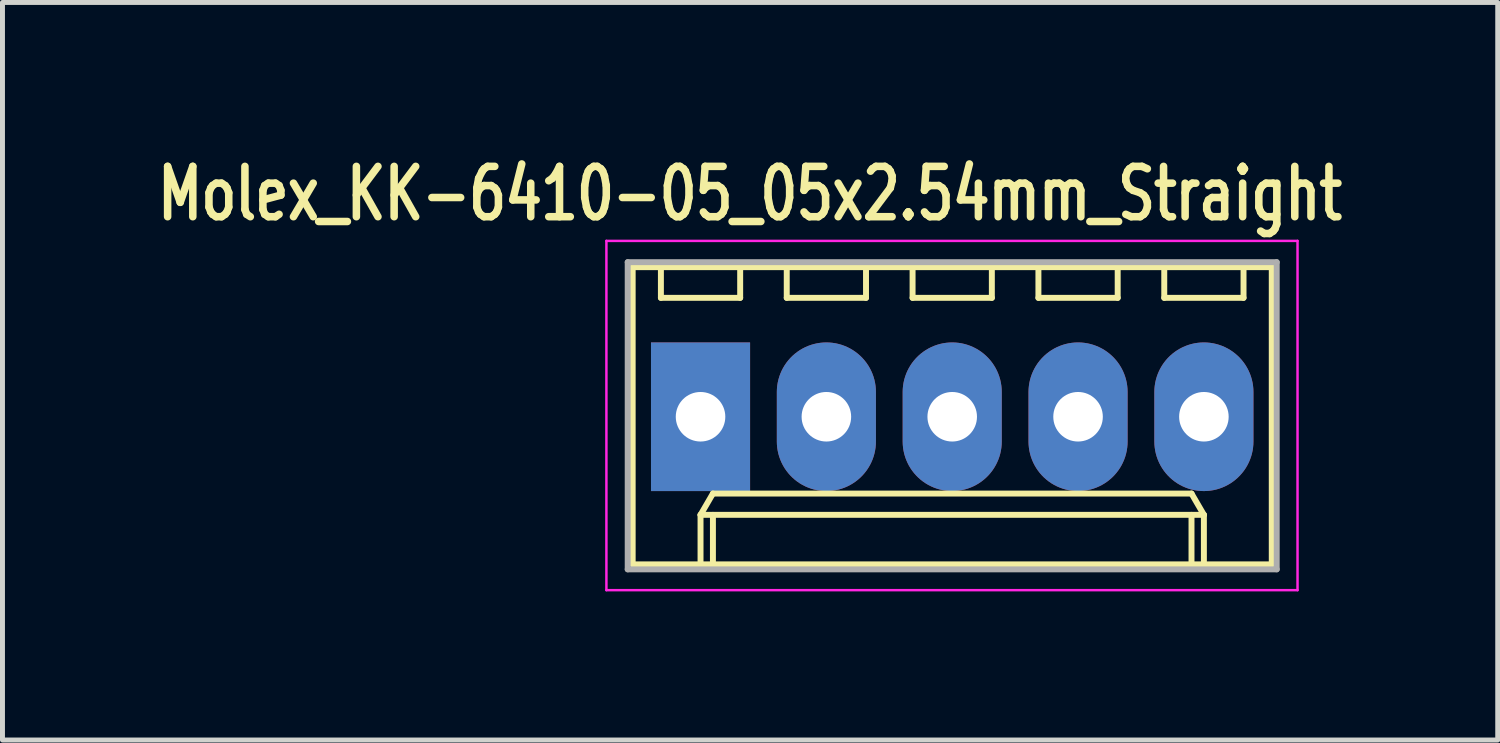
<source format=kicad_pcb>
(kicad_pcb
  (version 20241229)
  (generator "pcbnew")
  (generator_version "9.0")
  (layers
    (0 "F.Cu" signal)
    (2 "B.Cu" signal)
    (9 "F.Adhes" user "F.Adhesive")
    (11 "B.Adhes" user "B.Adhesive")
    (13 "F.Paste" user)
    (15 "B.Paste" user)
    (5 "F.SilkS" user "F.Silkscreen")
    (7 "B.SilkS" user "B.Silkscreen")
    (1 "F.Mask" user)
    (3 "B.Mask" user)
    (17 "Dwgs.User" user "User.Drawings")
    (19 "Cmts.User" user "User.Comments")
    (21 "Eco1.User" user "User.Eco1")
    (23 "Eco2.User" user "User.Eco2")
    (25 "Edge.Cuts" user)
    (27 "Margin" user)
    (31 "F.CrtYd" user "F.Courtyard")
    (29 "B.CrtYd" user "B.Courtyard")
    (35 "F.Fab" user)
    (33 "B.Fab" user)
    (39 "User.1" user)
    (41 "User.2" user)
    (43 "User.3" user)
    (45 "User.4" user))
  (footprint "Molex_KK-6410-05_05x2.54mm_Straight"
    (layer "F.Cu")
    (at 11.09 5.362)
    (property "Reference" "Molex_KK-6410-05_05x2.54mm_Straight" (at 1 -4.5 0) (layer "F.SilkS") (effects (font (size 1.016 0.762) (thickness 0.152))))
    (attr through_hole)
    (fp_line (start -1.37 -3.02) (end -1.37 2.98) (stroke (width 0.12) (type solid)) (layer "F.SilkS"))
    (fp_line (start -1.37 2.98) (end 11.53 2.98) (stroke (width 0.12) (type solid)) (layer "F.SilkS"))
    (fp_line (start -0.8 -3.02) (end -0.8 -2.4) (stroke (width 0.12) (type solid)) (layer "F.SilkS"))
    (fp_line (start -0.8 -2.4) (end 0.8 -2.4) (stroke (width 0.12) (type solid)) (layer "F.SilkS"))
    (fp_line (start 0 1.98) (end 0.25 1.55) (stroke (width 0.12) (type solid)) (layer "F.SilkS"))
    (fp_line (start 0 1.98) (end 10.16 1.98) (stroke (width 0.12) (type solid)) (layer "F.SilkS"))
    (fp_line (start 0 2.98) (end 0 1.98) (stroke (width 0.12) (type solid)) (layer "F.SilkS"))
    (fp_line (start 0.25 1.55) (end 9.91 1.55) (stroke (width 0.12) (type solid)) (layer "F.SilkS"))
    (fp_line (start 0.25 2.98) (end 0.25 1.98) (stroke (width 0.12) (type solid)) (layer "F.SilkS"))
    (fp_line (start 0.8 -2.4) (end 0.8 -3.02) (stroke (width 0.12) (type solid)) (layer "F.SilkS"))
    (fp_line (start 1.74 -3.02) (end 1.74 -2.4) (stroke (width 0.12) (type solid)) (layer "F.SilkS"))
    (fp_line (start 1.74 -2.4) (end 3.34 -2.4) (stroke (width 0.12) (type solid)) (layer "F.SilkS"))
    (fp_line (start 3.34 -2.4) (end 3.34 -3.02) (stroke (width 0.12) (type solid)) (layer "F.SilkS"))
    (fp_line (start 4.28 -3.02) (end 4.28 -2.4) (stroke (width 0.12) (type solid)) (layer "F.SilkS"))
    (fp_line (start 4.28 -2.4) (end 5.88 -2.4) (stroke (width 0.12) (type solid)) (layer "F.SilkS"))
    (fp_line (start 5.88 -2.4) (end 5.88 -3.02) (stroke (width 0.12) (type solid)) (layer "F.SilkS"))
    (fp_line (start 6.82 -3.02) (end 6.82 -2.4) (stroke (width 0.12) (type solid)) (layer "F.SilkS"))
    (fp_line (start 6.82 -2.4) (end 8.42 -2.4) (stroke (width 0.12) (type solid)) (layer "F.SilkS"))
    (fp_line (start 8.42 -2.4) (end 8.42 -3.02) (stroke (width 0.12) (type solid)) (layer "F.SilkS"))
    (fp_line (start 9.36 -3.02) (end 9.36 -2.4) (stroke (width 0.12) (type solid)) (layer "F.SilkS"))
    (fp_line (start 9.36 -2.4) (end 10.96 -2.4) (stroke (width 0.12) (type solid)) (layer "F.SilkS"))
    (fp_line (start 9.91 1.55) (end 10.16 1.98) (stroke (width 0.12) (type solid)) (layer "F.SilkS"))
    (fp_line (start 9.91 2.98) (end 9.91 1.98) (stroke (width 0.12) (type solid)) (layer "F.SilkS"))
    (fp_line (start 10.16 1.98) (end 10.16 2.98) (stroke (width 0.12) (type solid)) (layer "F.SilkS"))
    (fp_line (start 10.96 -2.4) (end 10.96 -3.02) (stroke (width 0.12) (type solid)) (layer "F.SilkS"))
    (fp_line (start 11.53 -3.02) (end -1.37 -3.02) (stroke (width 0.12) (type solid)) (layer "F.SilkS"))
    (fp_line (start 11.53 2.98) (end 11.53 -3.02) (stroke (width 0.12) (type solid)) (layer "F.SilkS"))
    (fp_line (start -1.9 -3.55) (end 12.05 -3.55) (stroke (width 0.05) (type solid)) (layer "F.CrtYd"))
    (fp_line (start -1.9 3.5) (end -1.9 -3.55) (stroke (width 0.05) (type solid)) (layer "F.CrtYd"))
    (fp_line (start 12.05 -3.55) (end 12.05 3.5) (stroke (width 0.05) (type solid)) (layer "F.CrtYd"))
    (fp_line (start 12.05 3.5) (end -1.9 3.5) (stroke (width 0.05) (type solid)) (layer "F.CrtYd"))
    (fp_line (start -1.47 -3.12) (end -1.47 3.08) (stroke (width 0.12) (type solid)) (layer "F.Fab"))
    (fp_line (start -1.47 3.08) (end 11.63 3.08) (stroke (width 0.12) (type solid)) (layer "F.Fab"))
    (fp_line (start 11.63 -3.12) (end -1.47 -3.12) (stroke (width 0.12) (type solid)) (layer "F.Fab"))
    (fp_line (start 11.63 3.08) (end 11.63 -3.12) (stroke (width 0.12) (type solid)) (layer "F.Fab"))
    (pad "1" thru_hole rect (at 0 0) (size 2 3) (drill 1) (layers "*.Cu" "*.Mask"))
    (pad "2" thru_hole oval (at 2.54 0) (size 2 3) (drill 1) (layers "*.Cu" "*.Mask"))
    (pad "3" thru_hole oval (at 5.08 0) (size 2 3) (drill 1) (layers "*.Cu" "*.Mask"))
    (pad "4" thru_hole oval (at 7.62 0) (size 2 3) (drill 1) (layers "*.Cu" "*.Mask"))
    (pad "5" thru_hole oval (at 10.16 0) (size 2 3) (drill 1) (layers "*.Cu" "*.Mask")))
  (gr_rect
    (start -3 -3)
    (end 27.181 11.887)
    (stroke (width 0.1) (type default))
    (fill no)
    (layer "Edge.Cuts")))
</source>
